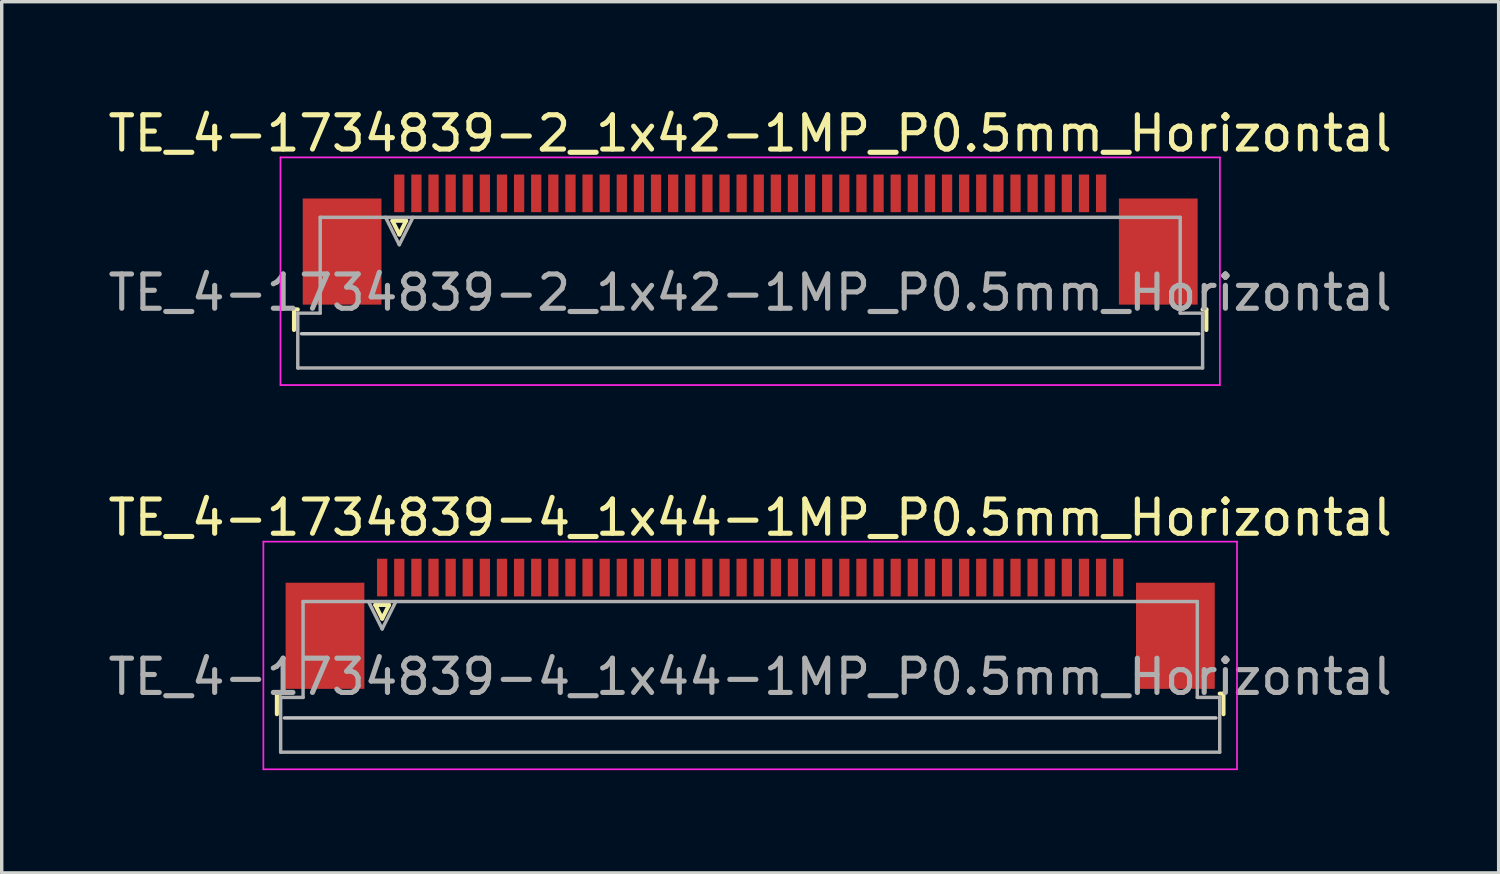
<source format=kicad_pcb>
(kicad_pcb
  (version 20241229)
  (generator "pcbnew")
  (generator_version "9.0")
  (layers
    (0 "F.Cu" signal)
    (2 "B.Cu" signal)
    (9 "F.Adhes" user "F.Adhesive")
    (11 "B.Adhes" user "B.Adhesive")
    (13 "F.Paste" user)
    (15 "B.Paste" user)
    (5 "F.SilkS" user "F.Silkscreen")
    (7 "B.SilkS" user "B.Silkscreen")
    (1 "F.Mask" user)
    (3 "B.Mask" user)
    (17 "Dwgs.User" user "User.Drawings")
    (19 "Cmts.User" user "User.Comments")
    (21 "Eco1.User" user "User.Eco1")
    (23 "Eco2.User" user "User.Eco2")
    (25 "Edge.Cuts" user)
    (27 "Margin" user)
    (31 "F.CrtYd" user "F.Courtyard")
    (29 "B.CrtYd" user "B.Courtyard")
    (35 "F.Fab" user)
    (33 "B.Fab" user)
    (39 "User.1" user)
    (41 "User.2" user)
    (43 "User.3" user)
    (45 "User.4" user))
  (footprint "TE_4-1734839-2_1x42-1MP_P0.5mm_Horizontal"
    (layer "F.Cu")
    (at 18.863 3.948)
    (property "Reference" "TE_4-1734839-2_1x42-1MP_P0.5mm_Horizontal" (at 0 -3.1 0) (layer "F.SilkS") (effects (font (size 1 1) (thickness 0.15))))
    (attr smd)
    (fp_line (start -13.325 2.04) (end -13.325 2.64) (stroke (width 0.12) (type solid)) (layer "F.SilkS"))
    (fp_line (start -13.215 2.04) (end -13.325 2.04) (stroke (width 0.12) (type solid)) (layer "F.SilkS"))
    (fp_line (start -10.45 -0.55) (end -10.25 -0.15) (stroke (width 0.12) (type solid)) (layer "F.SilkS"))
    (fp_line (start -10.25 -0.15) (end -10.05 -0.55) (stroke (width 0.12) (type solid)) (layer "F.SilkS"))
    (fp_line (start -10.05 -0.55) (end -10.45 -0.55) (stroke (width 0.12) (type solid)) (layer "F.SilkS"))
    (fp_line (start 13.215 2.04) (end 13.325 2.04) (stroke (width 0.12) (type solid)) (layer "F.SilkS"))
    (fp_line (start 13.325 2.04) (end 13.325 2.64) (stroke (width 0.12) (type solid)) (layer "F.SilkS"))
    (fp_line (start 13.105 2.75) (end -13.105 2.75) (stroke (width 0.1) (type solid)) (layer "Dwgs.User"))
    (fp_line (start -13.72 -2.4) (end -13.72 4.25) (stroke (width 0.05) (type solid)) (layer "F.CrtYd"))
    (fp_line (start -13.72 4.25) (end 13.72 4.25) (stroke (width 0.05) (type solid)) (layer "F.CrtYd"))
    (fp_line (start 13.72 -2.4) (end -13.72 -2.4) (stroke (width 0.05) (type solid)) (layer "F.CrtYd"))
    (fp_line (start 13.72 4.25) (end 13.72 -2.4) (stroke (width 0.05) (type solid)) (layer "F.CrtYd"))
    (fp_line (start -13.215 2.15) (end -12.56 2.15) (stroke (width 0.1) (type solid)) (layer "F.Fab"))
    (fp_line (start -13.215 3.75) (end -13.215 2.15) (stroke (width 0.1) (type solid)) (layer "F.Fab"))
    (fp_line (start -12.56 -0.65) (end 12.56 -0.65) (stroke (width 0.1) (type solid)) (layer "F.Fab"))
    (fp_line (start -12.56 2.15) (end -12.56 -0.65) (stroke (width 0.1) (type solid)) (layer "F.Fab"))
    (fp_line (start -10.65 -0.65) (end -10.25 0.15) (stroke (width 0.1) (type solid)) (layer "F.Fab"))
    (fp_line (start -10.25 0.15) (end -9.85 -0.65) (stroke (width 0.1) (type solid)) (layer "F.Fab"))
    (fp_line (start 12.56 -0.65) (end 12.56 2.15) (stroke (width 0.1) (type solid)) (layer "F.Fab"))
    (fp_line (start 12.56 2.15) (end 13.215 2.15) (stroke (width 0.1) (type solid)) (layer "F.Fab"))
    (fp_line (start 13.215 2.15) (end 13.215 3.75) (stroke (width 0.1) (type solid)) (layer "F.Fab"))
    (fp_line (start 13.215 3.75) (end -13.215 3.75) (stroke (width 0.1) (type solid)) (layer "F.Fab"))
    (fp_text user "${REFERENCE}" (at 0 1.55 0) (layer "F.Fab") (effects (font (size 1 1) (thickness 0.15))))
    (pad "1" smd rect (at -10.25 -1.35) (size 0.3 1.1) (layers "F.Cu" "F.Mask" "F.Paste"))
    (pad "2" smd rect (at -9.75 -1.35) (size 0.3 1.1) (layers "F.Cu" "F.Mask" "F.Paste"))
    (pad "3" smd rect (at -9.25 -1.35) (size 0.3 1.1) (layers "F.Cu" "F.Mask" "F.Paste"))
    (pad "4" smd rect (at -8.75 -1.35) (size 0.3 1.1) (layers "F.Cu" "F.Mask" "F.Paste"))
    (pad "5" smd rect (at -8.25 -1.35) (size 0.3 1.1) (layers "F.Cu" "F.Mask" "F.Paste"))
    (pad "6" smd rect (at -7.75 -1.35) (size 0.3 1.1) (layers "F.Cu" "F.Mask" "F.Paste"))
    (pad "7" smd rect (at -7.25 -1.35) (size 0.3 1.1) (layers "F.Cu" "F.Mask" "F.Paste"))
    (pad "8" smd rect (at -6.75 -1.35) (size 0.3 1.1) (layers "F.Cu" "F.Mask" "F.Paste"))
    (pad "9" smd rect (at -6.25 -1.35) (size 0.3 1.1) (layers "F.Cu" "F.Mask" "F.Paste"))
    (pad "10" smd rect (at -5.75 -1.35) (size 0.3 1.1) (layers "F.Cu" "F.Mask" "F.Paste"))
    (pad "11" smd rect (at -5.25 -1.35) (size 0.3 1.1) (layers "F.Cu" "F.Mask" "F.Paste"))
    (pad "12" smd rect (at -4.75 -1.35) (size 0.3 1.1) (layers "F.Cu" "F.Mask" "F.Paste"))
    (pad "13" smd rect (at -4.25 -1.35) (size 0.3 1.1) (layers "F.Cu" "F.Mask" "F.Paste"))
    (pad "14" smd rect (at -3.75 -1.35) (size 0.3 1.1) (layers "F.Cu" "F.Mask" "F.Paste"))
    (pad "15" smd rect (at -3.25 -1.35) (size 0.3 1.1) (layers "F.Cu" "F.Mask" "F.Paste"))
    (pad "16" smd rect (at -2.75 -1.35) (size 0.3 1.1) (layers "F.Cu" "F.Mask" "F.Paste"))
    (pad "17" smd rect (at -2.25 -1.35) (size 0.3 1.1) (layers "F.Cu" "F.Mask" "F.Paste"))
    (pad "18" smd rect (at -1.75 -1.35) (size 0.3 1.1) (layers "F.Cu" "F.Mask" "F.Paste"))
    (pad "19" smd rect (at -1.25 -1.35) (size 0.3 1.1) (layers "F.Cu" "F.Mask" "F.Paste"))
    (pad "20" smd rect (at -0.75 -1.35) (size 0.3 1.1) (layers "F.Cu" "F.Mask" "F.Paste"))
    (pad "21" smd rect (at -0.25 -1.35) (size 0.3 1.1) (layers "F.Cu" "F.Mask" "F.Paste"))
    (pad "22" smd rect (at 0.25 -1.35) (size 0.3 1.1) (layers "F.Cu" "F.Mask" "F.Paste"))
    (pad "23" smd rect (at 0.75 -1.35) (size 0.3 1.1) (layers "F.Cu" "F.Mask" "F.Paste"))
    (pad "24" smd rect (at 1.25 -1.35) (size 0.3 1.1) (layers "F.Cu" "F.Mask" "F.Paste"))
    (pad "25" smd rect (at 1.75 -1.35) (size 0.3 1.1) (layers "F.Cu" "F.Mask" "F.Paste"))
    (pad "26" smd rect (at 2.25 -1.35) (size 0.3 1.1) (layers "F.Cu" "F.Mask" "F.Paste"))
    (pad "27" smd rect (at 2.75 -1.35) (size 0.3 1.1) (layers "F.Cu" "F.Mask" "F.Paste"))
    (pad "28" smd rect (at 3.25 -1.35) (size 0.3 1.1) (layers "F.Cu" "F.Mask" "F.Paste"))
    (pad "29" smd rect (at 3.75 -1.35) (size 0.3 1.1) (layers "F.Cu" "F.Mask" "F.Paste"))
    (pad "30" smd rect (at 4.25 -1.35) (size 0.3 1.1) (layers "F.Cu" "F.Mask" "F.Paste"))
    (pad "31" smd rect (at 4.75 -1.35) (size 0.3 1.1) (layers "F.Cu" "F.Mask" "F.Paste"))
    (pad "32" smd rect (at 5.25 -1.35) (size 0.3 1.1) (layers "F.Cu" "F.Mask" "F.Paste"))
    (pad "33" smd rect (at 5.75 -1.35) (size 0.3 1.1) (layers "F.Cu" "F.Mask" "F.Paste"))
    (pad "34" smd rect (at 6.25 -1.35) (size 0.3 1.1) (layers "F.Cu" "F.Mask" "F.Paste"))
    (pad "35" smd rect (at 6.75 -1.35) (size 0.3 1.1) (layers "F.Cu" "F.Mask" "F.Paste"))
    (pad "36" smd rect (at 7.25 -1.35) (size 0.3 1.1) (layers "F.Cu" "F.Mask" "F.Paste"))
    (pad "37" smd rect (at 7.75 -1.35) (size 0.3 1.1) (layers "F.Cu" "F.Mask" "F.Paste"))
    (pad "38" smd rect (at 8.25 -1.35) (size 0.3 1.1) (layers "F.Cu" "F.Mask" "F.Paste"))
    (pad "39" smd rect (at 8.75 -1.35) (size 0.3 1.1) (layers "F.Cu" "F.Mask" "F.Paste"))
    (pad "40" smd rect (at 9.25 -1.35) (size 0.3 1.1) (layers "F.Cu" "F.Mask" "F.Paste"))
    (pad "41" smd rect (at 9.75 -1.35) (size 0.3 1.1) (layers "F.Cu" "F.Mask" "F.Paste"))
    (pad "42" smd rect (at 10.25 -1.35) (size 0.3 1.1) (layers "F.Cu" "F.Mask" "F.Paste"))
    (pad "MP" smd rect (at -11.92 0.35) (size 2.3 3.1) (layers "F.Cu" "F.Mask" "F.Paste"))
    (pad "MP" smd rect (at 11.92 0.35) (size 2.3 3.1) (layers "F.Cu" "F.Mask" "F.Paste")))
  (footprint "TE_4-1734839-4_1x44-1MP_P0.5mm_Horizontal"
    (layer "F.Cu")
    (at 18.863 15.171)
    (property "Reference" "TE_4-1734839-4_1x44-1MP_P0.5mm_Horizontal" (at 0 -3.1 0) (layer "F.SilkS") (effects (font (size 1 1) (thickness 0.15))))
    (attr smd)
    (fp_line (start -13.825 2.04) (end -13.825 2.64) (stroke (width 0.12) (type solid)) (layer "F.SilkS"))
    (fp_line (start -13.715 2.04) (end -13.825 2.04) (stroke (width 0.12) (type solid)) (layer "F.SilkS"))
    (fp_line (start -10.95 -0.55) (end -10.75 -0.15) (stroke (width 0.12) (type solid)) (layer "F.SilkS"))
    (fp_line (start -10.75 -0.15) (end -10.55 -0.55) (stroke (width 0.12) (type solid)) (layer "F.SilkS"))
    (fp_line (start -10.55 -0.55) (end -10.95 -0.55) (stroke (width 0.12) (type solid)) (layer "F.SilkS"))
    (fp_line (start 13.715 2.04) (end 13.825 2.04) (stroke (width 0.12) (type solid)) (layer "F.SilkS"))
    (fp_line (start 13.825 2.04) (end 13.825 2.64) (stroke (width 0.12) (type solid)) (layer "F.SilkS"))
    (fp_line (start 13.605 2.75) (end -13.605 2.75) (stroke (width 0.1) (type solid)) (layer "Dwgs.User"))
    (fp_line (start -14.22 -2.4) (end -14.22 4.25) (stroke (width 0.05) (type solid)) (layer "F.CrtYd"))
    (fp_line (start -14.22 4.25) (end 14.22 4.25) (stroke (width 0.05) (type solid)) (layer "F.CrtYd"))
    (fp_line (start 14.22 -2.4) (end -14.22 -2.4) (stroke (width 0.05) (type solid)) (layer "F.CrtYd"))
    (fp_line (start 14.22 4.25) (end 14.22 -2.4) (stroke (width 0.05) (type solid)) (layer "F.CrtYd"))
    (fp_line (start -13.715 2.15) (end -13.06 2.15) (stroke (width 0.1) (type solid)) (layer "F.Fab"))
    (fp_line (start -13.715 3.75) (end -13.715 2.15) (stroke (width 0.1) (type solid)) (layer "F.Fab"))
    (fp_line (start -13.06 -0.65) (end 13.06 -0.65) (stroke (width 0.1) (type solid)) (layer "F.Fab"))
    (fp_line (start -13.06 2.15) (end -13.06 -0.65) (stroke (width 0.1) (type solid)) (layer "F.Fab"))
    (fp_line (start -11.15 -0.65) (end -10.75 0.15) (stroke (width 0.1) (type solid)) (layer "F.Fab"))
    (fp_line (start -10.75 0.15) (end -10.35 -0.65) (stroke (width 0.1) (type solid)) (layer "F.Fab"))
    (fp_line (start 13.06 -0.65) (end 13.06 2.15) (stroke (width 0.1) (type solid)) (layer "F.Fab"))
    (fp_line (start 13.06 2.15) (end 13.715 2.15) (stroke (width 0.1) (type solid)) (layer "F.Fab"))
    (fp_line (start 13.715 2.15) (end 13.715 3.75) (stroke (width 0.1) (type solid)) (layer "F.Fab"))
    (fp_line (start 13.715 3.75) (end -13.715 3.75) (stroke (width 0.1) (type solid)) (layer "F.Fab"))
    (fp_text user "${REFERENCE}" (at 0 1.55 0) (layer "F.Fab") (effects (font (size 1 1) (thickness 0.15))))
    (pad "1" smd rect (at -10.75 -1.35) (size 0.3 1.1) (layers "F.Cu" "F.Mask" "F.Paste"))
    (pad "2" smd rect (at -10.25 -1.35) (size 0.3 1.1) (layers "F.Cu" "F.Mask" "F.Paste"))
    (pad "3" smd rect (at -9.75 -1.35) (size 0.3 1.1) (layers "F.Cu" "F.Mask" "F.Paste"))
    (pad "4" smd rect (at -9.25 -1.35) (size 0.3 1.1) (layers "F.Cu" "F.Mask" "F.Paste"))
    (pad "5" smd rect (at -8.75 -1.35) (size 0.3 1.1) (layers "F.Cu" "F.Mask" "F.Paste"))
    (pad "6" smd rect (at -8.25 -1.35) (size 0.3 1.1) (layers "F.Cu" "F.Mask" "F.Paste"))
    (pad "7" smd rect (at -7.75 -1.35) (size 0.3 1.1) (layers "F.Cu" "F.Mask" "F.Paste"))
    (pad "8" smd rect (at -7.25 -1.35) (size 0.3 1.1) (layers "F.Cu" "F.Mask" "F.Paste"))
    (pad "9" smd rect (at -6.75 -1.35) (size 0.3 1.1) (layers "F.Cu" "F.Mask" "F.Paste"))
    (pad "10" smd rect (at -6.25 -1.35) (size 0.3 1.1) (layers "F.Cu" "F.Mask" "F.Paste"))
    (pad "11" smd rect (at -5.75 -1.35) (size 0.3 1.1) (layers "F.Cu" "F.Mask" "F.Paste"))
    (pad "12" smd rect (at -5.25 -1.35) (size 0.3 1.1) (layers "F.Cu" "F.Mask" "F.Paste"))
    (pad "13" smd rect (at -4.75 -1.35) (size 0.3 1.1) (layers "F.Cu" "F.Mask" "F.Paste"))
    (pad "14" smd rect (at -4.25 -1.35) (size 0.3 1.1) (layers "F.Cu" "F.Mask" "F.Paste"))
    (pad "15" smd rect (at -3.75 -1.35) (size 0.3 1.1) (layers "F.Cu" "F.Mask" "F.Paste"))
    (pad "16" smd rect (at -3.25 -1.35) (size 0.3 1.1) (layers "F.Cu" "F.Mask" "F.Paste"))
    (pad "17" smd rect (at -2.75 -1.35) (size 0.3 1.1) (layers "F.Cu" "F.Mask" "F.Paste"))
    (pad "18" smd rect (at -2.25 -1.35) (size 0.3 1.1) (layers "F.Cu" "F.Mask" "F.Paste"))
    (pad "19" smd rect (at -1.75 -1.35) (size 0.3 1.1) (layers "F.Cu" "F.Mask" "F.Paste"))
    (pad "20" smd rect (at -1.25 -1.35) (size 0.3 1.1) (layers "F.Cu" "F.Mask" "F.Paste"))
    (pad "21" smd rect (at -0.75 -1.35) (size 0.3 1.1) (layers "F.Cu" "F.Mask" "F.Paste"))
    (pad "22" smd rect (at -0.25 -1.35) (size 0.3 1.1) (layers "F.Cu" "F.Mask" "F.Paste"))
    (pad "23" smd rect (at 0.25 -1.35) (size 0.3 1.1) (layers "F.Cu" "F.Mask" "F.Paste"))
    (pad "24" smd rect (at 0.75 -1.35) (size 0.3 1.1) (layers "F.Cu" "F.Mask" "F.Paste"))
    (pad "25" smd rect (at 1.25 -1.35) (size 0.3 1.1) (layers "F.Cu" "F.Mask" "F.Paste"))
    (pad "26" smd rect (at 1.75 -1.35) (size 0.3 1.1) (layers "F.Cu" "F.Mask" "F.Paste"))
    (pad "27" smd rect (at 2.25 -1.35) (size 0.3 1.1) (layers "F.Cu" "F.Mask" "F.Paste"))
    (pad "28" smd rect (at 2.75 -1.35) (size 0.3 1.1) (layers "F.Cu" "F.Mask" "F.Paste"))
    (pad "29" smd rect (at 3.25 -1.35) (size 0.3 1.1) (layers "F.Cu" "F.Mask" "F.Paste"))
    (pad "30" smd rect (at 3.75 -1.35) (size 0.3 1.1) (layers "F.Cu" "F.Mask" "F.Paste"))
    (pad "31" smd rect (at 4.25 -1.35) (size 0.3 1.1) (layers "F.Cu" "F.Mask" "F.Paste"))
    (pad "32" smd rect (at 4.75 -1.35) (size 0.3 1.1) (layers "F.Cu" "F.Mask" "F.Paste"))
    (pad "33" smd rect (at 5.25 -1.35) (size 0.3 1.1) (layers "F.Cu" "F.Mask" "F.Paste"))
    (pad "34" smd rect (at 5.75 -1.35) (size 0.3 1.1) (layers "F.Cu" "F.Mask" "F.Paste"))
    (pad "35" smd rect (at 6.25 -1.35) (size 0.3 1.1) (layers "F.Cu" "F.Mask" "F.Paste"))
    (pad "36" smd rect (at 6.75 -1.35) (size 0.3 1.1) (layers "F.Cu" "F.Mask" "F.Paste"))
    (pad "37" smd rect (at 7.25 -1.35) (size 0.3 1.1) (layers "F.Cu" "F.Mask" "F.Paste"))
    (pad "38" smd rect (at 7.75 -1.35) (size 0.3 1.1) (layers "F.Cu" "F.Mask" "F.Paste"))
    (pad "39" smd rect (at 8.25 -1.35) (size 0.3 1.1) (layers "F.Cu" "F.Mask" "F.Paste"))
    (pad "40" smd rect (at 8.75 -1.35) (size 0.3 1.1) (layers "F.Cu" "F.Mask" "F.Paste"))
    (pad "41" smd rect (at 9.25 -1.35) (size 0.3 1.1) (layers "F.Cu" "F.Mask" "F.Paste"))
    (pad "42" smd rect (at 9.75 -1.35) (size 0.3 1.1) (layers "F.Cu" "F.Mask" "F.Paste"))
    (pad "43" smd rect (at 10.25 -1.35) (size 0.3 1.1) (layers "F.Cu" "F.Mask" "F.Paste"))
    (pad "44" smd rect (at 10.75 -1.35) (size 0.3 1.1) (layers "F.Cu" "F.Mask" "F.Paste"))
    (pad "MP" smd rect (at -12.42 0.35) (size 2.3 3.1) (layers "F.Cu" "F.Mask" "F.Paste"))
    (pad "MP" smd rect (at 12.42 0.35) (size 2.3 3.1) (layers "F.Cu" "F.Mask" "F.Paste")))
  (gr_rect
    (start -3 -3)
    (end 40.726 22.447)
    (stroke (width 0.1) (type default))
    (fill no)
    (layer "Edge.Cuts")))
</source>
